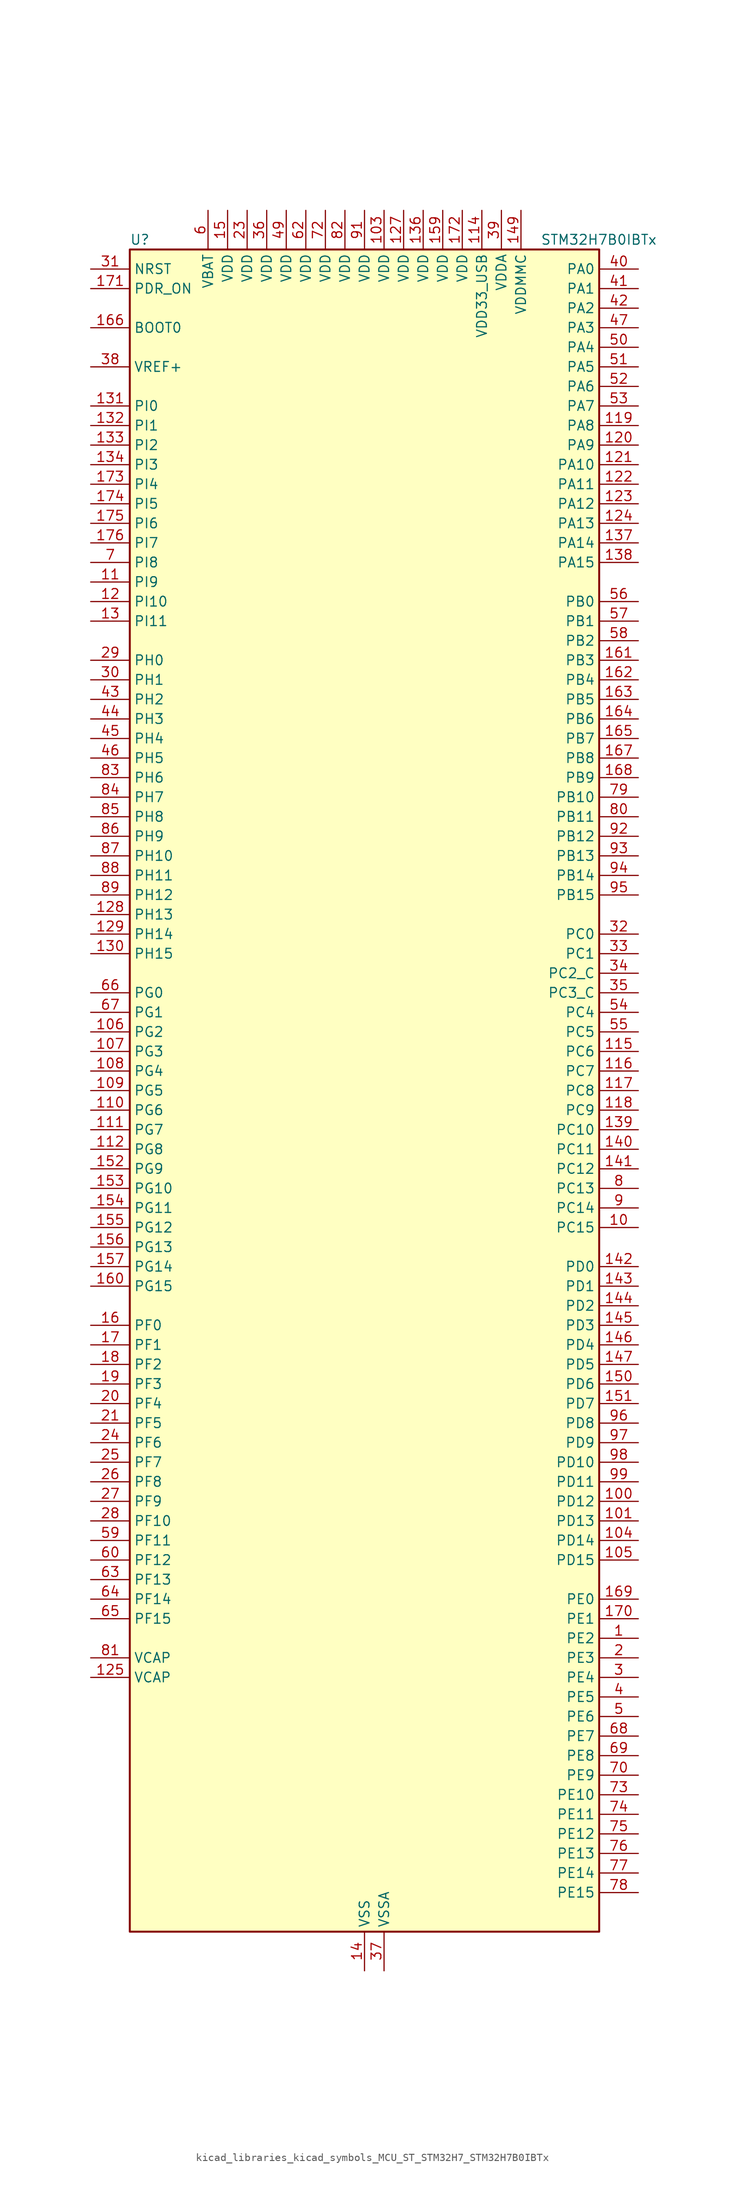
<source format=kicad_sym>
(kicad_symbol_lib
  (version 20220914)
  (generator kicad_symbol_editor)
  (symbol "kicad_libraries_kicad_symbols_MCU_ST_STM32H7_STM32H7B0IBTx"
    (property "Reference" "U"
      (at -30.48 110.49 0)
      (effects (font (size 1.27 1.27)) (justify left)))
    (property "Value" "STM32H7B0IBTx"
      (at 22.86 110.49 0)
      (effects (font (size 1.27 1.27)) (justify left)))
    (property "ki_locked" ""
      (at 0 0 0)
      (effects (font (size 1.27 1.27))))
    (symbol "kicad_libraries_kicad_symbols_MCU_ST_STM32H7_STM32H7B0IBTx_0_1"
      (rectangle (start -30.48 -109.22) (end 30.48 109.22) (stroke (width 0.254) (type default)) (fill (type background))))
    (symbol "kicad_libraries_kicad_symbols_MCU_ST_STM32H7_STM32H7B0IBTx_1_1"
      (pin bidirectional line (at 35.56 -71.12 180) (length 5.08) (name "PE2" (effects (font (size 1.27 1.27)))) (number "1" (effects (font (size 1.27 1.27)))) (alternate "DEBUG_TRACECLK" bidirectional line) (alternate "FMC_A23" bidirectional line) (alternate "OCTOSPIM_P1_IO2" bidirectional line) (alternate "SAI1_CK1" bidirectional line) (alternate "SAI1_MCLK_A" bidirectional line) (alternate "SPI4_SCK" bidirectional line) (alternate "USART10_RX" bidirectional line))
      (pin bidirectional line (at 35.56 -17.78 180) (length 5.08) (name "PC15" (effects (font (size 1.27 1.27)))) (number "10" (effects (font (size 1.27 1.27)))) (alternate "ADC1_EXTI15" bidirectional line) (alternate "ADC2_EXTI15" bidirectional line) (alternate "RCC_OSC32_OUT" bidirectional line))
      (pin bidirectional line (at 35.56 -53.34 180) (length 5.08) (name "PD12" (effects (font (size 1.27 1.27)))) (number "100" (effects (font (size 1.27 1.27)))) (alternate "DCMI_D12" bidirectional line) (alternate "FMC_A17" bidirectional line) (alternate "FMC_ALE" bidirectional line) (alternate "I2C4_SCL" bidirectional line) (alternate "LPTIM1_IN1" bidirectional line) (alternate "LPTIM2_IN1" bidirectional line) (alternate "OCTOSPIM_P1_IO1" bidirectional line) (alternate "PSSI_D12" bidirectional line) (alternate "SAI2_FS_A" bidirectional line) (alternate "TIM4_CH1" bidirectional line) (alternate "USART3_DE" bidirectional line) (alternate "USART3_RTS" bidirectional line))
      (pin bidirectional line (at 35.56 -55.88 180) (length 5.08) (name "PD13" (effects (font (size 1.27 1.27)))) (number "101" (effects (font (size 1.27 1.27)))) (alternate "DCMI_D13" bidirectional line) (alternate "FMC_A18" bidirectional line) (alternate "I2C4_SDA" bidirectional line) (alternate "LPTIM1_OUT" bidirectional line) (alternate "OCTOSPIM_P1_IO3" bidirectional line) (alternate "PSSI_D13" bidirectional line) (alternate "SAI2_SCK_A" bidirectional line) (alternate "TIM4_CH2" bidirectional line) (alternate "UART9_DE" bidirectional line) (alternate "UART9_RTS" bidirectional line))
      (pin passive line (at 0 -114.3 90) (length 5.08) hide (name "VSS" (effects (font (size 1.27 1.27)))) (number "102" (effects (font (size 1.27 1.27)))))
      (pin power_in line (at 2.54 114.3 270) (length 5.08) (name "VDD" (effects (font (size 1.27 1.27)))) (number "103" (effects (font (size 1.27 1.27)))))
      (pin bidirectional line (at 35.56 -58.42 180) (length 5.08) (name "PD14" (effects (font (size 1.27 1.27)))) (number "104" (effects (font (size 1.27 1.27)))) (alternate "FMC_D0" bidirectional line) (alternate "FMC_DA0" bidirectional line) (alternate "TIM4_CH3" bidirectional line) (alternate "UART8_CTS" bidirectional line) (alternate "UART9_RX" bidirectional line))
      (pin bidirectional line (at 35.56 -60.96 180) (length 5.08) (name "PD15" (effects (font (size 1.27 1.27)))) (number "105" (effects (font (size 1.27 1.27)))) (alternate "ADC1_EXTI15" bidirectional line) (alternate "ADC2_EXTI15" bidirectional line) (alternate "FMC_D1" bidirectional line) (alternate "FMC_DA1" bidirectional line) (alternate "TIM4_CH4" bidirectional line) (alternate "UART8_DE" bidirectional line) (alternate "UART8_RTS" bidirectional line) (alternate "UART9_TX" bidirectional line))
      (pin bidirectional line (at -35.56 7.62 0) (length 5.08) (name "PG2" (effects (font (size 1.27 1.27)))) (number "106" (effects (font (size 1.27 1.27)))) (alternate "FMC_A12" bidirectional line) (alternate "TIM8_BKIN" bidirectional line) (alternate "TIM8_BKIN_COMP1" bidirectional line) (alternate "TIM8_BKIN_COMP2" bidirectional line))
      (pin bidirectional line (at -35.56 5.08 0) (length 5.08) (name "PG3" (effects (font (size 1.27 1.27)))) (number "107" (effects (font (size 1.27 1.27)))) (alternate "FMC_A13" bidirectional line) (alternate "TIM8_BKIN2" bidirectional line) (alternate "TIM8_BKIN2_COMP1" bidirectional line) (alternate "TIM8_BKIN2_COMP2" bidirectional line))
      (pin bidirectional line (at -35.56 2.54 0) (length 5.08) (name "PG4" (effects (font (size 1.27 1.27)))) (number "108" (effects (font (size 1.27 1.27)))) (alternate "FMC_A14" bidirectional line) (alternate "FMC_BA0" bidirectional line) (alternate "TIM1_BKIN2" bidirectional line) (alternate "TIM1_BKIN2_COMP1" bidirectional line) (alternate "TIM1_BKIN2_COMP2" bidirectional line))
      (pin bidirectional line (at -35.56 0 0) (length 5.08) (name "PG5" (effects (font (size 1.27 1.27)))) (number "109" (effects (font (size 1.27 1.27)))) (alternate "FMC_A15" bidirectional line) (alternate "FMC_BA1" bidirectional line) (alternate "TIM1_ETR" bidirectional line))
      (pin bidirectional line (at -35.56 66.04 0) (length 5.08) (name "PI9" (effects (font (size 1.27 1.27)))) (number "11" (effects (font (size 1.27 1.27)))) (alternate "DAC1_EXTI9" bidirectional line) (alternate "FDCAN1_RX" bidirectional line) (alternate "FMC_D30" bidirectional line) (alternate "LTDC_VSYNC" bidirectional line) (alternate "OCTOSPIM_P2_IO0" bidirectional line) (alternate "UART4_RX" bidirectional line))
      (pin bidirectional line (at -35.56 -2.54 0) (length 5.08) (name "PG6" (effects (font (size 1.27 1.27)))) (number "110" (effects (font (size 1.27 1.27)))) (alternate "DCMI_D12" bidirectional line) (alternate "FMC_NE3" bidirectional line) (alternate "LTDC_R7" bidirectional line) (alternate "OCTOSPIM_P1_NCS" bidirectional line) (alternate "PSSI_D12" bidirectional line) (alternate "TIM17_BKIN" bidirectional line))
      (pin bidirectional line (at -35.56 -5.08 0) (length 5.08) (name "PG7" (effects (font (size 1.27 1.27)))) (number "111" (effects (font (size 1.27 1.27)))) (alternate "DCMI_D13" bidirectional line) (alternate "FMC_INT" bidirectional line) (alternate "LTDC_CLK" bidirectional line) (alternate "OCTOSPIM_P2_DQS" bidirectional line) (alternate "PSSI_D13" bidirectional line) (alternate "SAI1_MCLK_A" bidirectional line) (alternate "USART6_CK" bidirectional line))
      (pin bidirectional line (at -35.56 -7.62 0) (length 5.08) (name "PG8" (effects (font (size 1.27 1.27)))) (number "112" (effects (font (size 1.27 1.27)))) (alternate "FMC_SDCLK" bidirectional line) (alternate "I2S6_WS" bidirectional line) (alternate "LTDC_G7" bidirectional line) (alternate "SPDIFRX_IN2" bidirectional line) (alternate "SPI6_NSS" bidirectional line) (alternate "TIM8_ETR" bidirectional line) (alternate "USART6_DE" bidirectional line) (alternate "USART6_RTS" bidirectional line))
      (pin passive line (at 0 -114.3 90) (length 5.08) hide (name "VSS" (effects (font (size 1.27 1.27)))) (number "113" (effects (font (size 1.27 1.27)))))
      (pin power_in line (at 15.24 114.3 270) (length 5.08) (name "VDD33_USB" (effects (font (size 1.27 1.27)))) (number "114" (effects (font (size 1.27 1.27)))))
      (pin bidirectional line (at 35.56 5.08 180) (length 5.08) (name "PC6" (effects (font (size 1.27 1.27)))) (number "115" (effects (font (size 1.27 1.27)))) (alternate "DCMI_D0" bidirectional line) (alternate "DFSDM1_CKIN3" bidirectional line) (alternate "FMC_NWAIT" bidirectional line) (alternate "I2S2_MCK" bidirectional line) (alternate "LTDC_HSYNC" bidirectional line) (alternate "PSSI_D0" bidirectional line) (alternate "SDMMC1_D0DIR" bidirectional line) (alternate "SDMMC1_D6" bidirectional line) (alternate "SDMMC2_D6" bidirectional line) (alternate "SWPMI1_IO" bidirectional line) (alternate "TIM3_CH1" bidirectional line) (alternate "TIM8_CH1" bidirectional line) (alternate "USART6_TX" bidirectional line))
      (pin bidirectional line (at 35.56 2.54 180) (length 5.08) (name "PC7" (effects (font (size 1.27 1.27)))) (number "116" (effects (font (size 1.27 1.27)))) (alternate "DCMI_D1" bidirectional line) (alternate "DEBUG_TRGIO" bidirectional line) (alternate "DFSDM1_DATIN3" bidirectional line) (alternate "FMC_NE1" bidirectional line) (alternate "I2S3_MCK" bidirectional line) (alternate "LTDC_G6" bidirectional line) (alternate "PSSI_D1" bidirectional line) (alternate "SDMMC1_D123DIR" bidirectional line) (alternate "SDMMC1_D7" bidirectional line) (alternate "SDMMC2_D7" bidirectional line) (alternate "SWPMI1_TX" bidirectional line) (alternate "TIM3_CH2" bidirectional line) (alternate "TIM8_CH2" bidirectional line) (alternate "USART6_RX" bidirectional line))
      (pin bidirectional line (at 35.56 0 180) (length 5.08) (name "PC8" (effects (font (size 1.27 1.27)))) (number "117" (effects (font (size 1.27 1.27)))) (alternate "DCMI_D2" bidirectional line) (alternate "DEBUG_TRACED1" bidirectional line) (alternate "FMC_INT" bidirectional line) (alternate "FMC_NCE" bidirectional line) (alternate "FMC_NE2" bidirectional line) (alternate "PSSI_D2" bidirectional line) (alternate "SDMMC1_D0" bidirectional line) (alternate "SWPMI1_RX" bidirectional line) (alternate "TIM3_CH3" bidirectional line) (alternate "TIM8_CH3" bidirectional line) (alternate "UART5_DE" bidirectional line) (alternate "UART5_RTS" bidirectional line) (alternate "USART6_CK" bidirectional line))
      (pin bidirectional line (at 35.56 -2.54 180) (length 5.08) (name "PC9" (effects (font (size 1.27 1.27)))) (number "118" (effects (font (size 1.27 1.27)))) (alternate "DAC1_EXTI9" bidirectional line) (alternate "DCMI_D3" bidirectional line) (alternate "I2C3_SDA" bidirectional line) (alternate "I2S_CKIN" bidirectional line) (alternate "LTDC_B2" bidirectional line) (alternate "LTDC_G3" bidirectional line) (alternate "OCTOSPIM_P1_IO0" bidirectional line) (alternate "PSSI_D3" bidirectional line) (alternate "RCC_MCO_2" bidirectional line) (alternate "SDMMC1_D1" bidirectional line) (alternate "SWPMI1_SUSPEND" bidirectional line) (alternate "TIM3_CH4" bidirectional line) (alternate "TIM8_CH4" bidirectional line) (alternate "UART5_CTS" bidirectional line))
      (pin bidirectional line (at 35.56 86.36 180) (length 5.08) (name "PA8" (effects (font (size 1.27 1.27)))) (number "119" (effects (font (size 1.27 1.27)))) (alternate "I2C3_SCL" bidirectional line) (alternate "LTDC_B3" bidirectional line) (alternate "LTDC_R6" bidirectional line) (alternate "RCC_MCO_1" bidirectional line) (alternate "TIM1_CH1" bidirectional line) (alternate "TIM8_BKIN2" bidirectional line) (alternate "TIM8_BKIN2_COMP1" bidirectional line) (alternate "TIM8_BKIN2_COMP2" bidirectional line) (alternate "UART7_RX" bidirectional line) (alternate "USART1_CK" bidirectional line) (alternate "USB_OTG_HS_SOF" bidirectional line))
      (pin bidirectional line (at -35.56 63.5 0) (length 5.08) (name "PI10" (effects (font (size 1.27 1.27)))) (number "12" (effects (font (size 1.27 1.27)))) (alternate "FMC_D31" bidirectional line) (alternate "LTDC_HSYNC" bidirectional line) (alternate "OCTOSPIM_P2_IO1" bidirectional line) (alternate "PSSI_D14" bidirectional line))
      (pin bidirectional line (at 35.56 83.82 180) (length 5.08) (name "PA9" (effects (font (size 1.27 1.27)))) (number "120" (effects (font (size 1.27 1.27)))) (alternate "DAC1_EXTI9" bidirectional line) (alternate "DCMI_D0" bidirectional line) (alternate "I2C3_SMBA" bidirectional line) (alternate "I2S2_CK" bidirectional line) (alternate "LPUART1_TX" bidirectional line) (alternate "LTDC_R5" bidirectional line) (alternate "PSSI_D0" bidirectional line) (alternate "SPI2_SCK" bidirectional line) (alternate "TIM1_CH2" bidirectional line) (alternate "USART1_TX" bidirectional line) (alternate "USB_OTG_HS_VBUS" bidirectional line))
      (pin bidirectional line (at 35.56 81.28 180) (length 5.08) (name "PA10" (effects (font (size 1.27 1.27)))) (number "121" (effects (font (size 1.27 1.27)))) (alternate "DCMI_D1" bidirectional line) (alternate "LPUART1_RX" bidirectional line) (alternate "LTDC_B1" bidirectional line) (alternate "LTDC_B4" bidirectional line) (alternate "MDIOS_MDIO" bidirectional line) (alternate "PSSI_D1" bidirectional line) (alternate "TIM1_CH3" bidirectional line) (alternate "USART1_RX" bidirectional line) (alternate "USB_OTG_HS_ID" bidirectional line))
      (pin bidirectional line (at 35.56 78.74 180) (length 5.08) (name "PA11" (effects (font (size 1.27 1.27)))) (number "122" (effects (font (size 1.27 1.27)))) (alternate "ADC1_EXTI11" bidirectional line) (alternate "ADC2_EXTI11" bidirectional line) (alternate "FDCAN1_RX" bidirectional line) (alternate "I2S2_WS" bidirectional line) (alternate "LPUART1_CTS" bidirectional line) (alternate "LTDC_R4" bidirectional line) (alternate "SPI2_NSS" bidirectional line) (alternate "TIM1_CH4" bidirectional line) (alternate "UART4_RX" bidirectional line) (alternate "USART1_CTS" bidirectional line) (alternate "USART1_NSS" bidirectional line) (alternate "USB_OTG_HS_DM" bidirectional line))
      (pin bidirectional line (at 35.56 76.2 180) (length 5.08) (name "PA12" (effects (font (size 1.27 1.27)))) (number "123" (effects (font (size 1.27 1.27)))) (alternate "FDCAN1_TX" bidirectional line) (alternate "I2S2_CK" bidirectional line) (alternate "LPUART1_DE" bidirectional line) (alternate "LPUART1_RTS" bidirectional line) (alternate "LTDC_R5" bidirectional line) (alternate "SAI2_FS_B" bidirectional line) (alternate "SPI2_SCK" bidirectional line) (alternate "TIM1_ETR" bidirectional line) (alternate "UART4_TX" bidirectional line) (alternate "USART1_DE" bidirectional line) (alternate "USART1_RTS" bidirectional line) (alternate "USB_OTG_HS_DP" bidirectional line))
      (pin bidirectional line (at 35.56 73.66 180) (length 5.08) (name "PA13" (effects (font (size 1.27 1.27)))) (number "124" (effects (font (size 1.27 1.27)))) (alternate "DEBUG_JTMS-SWDIO" bidirectional line))
      (pin power_out line (at -35.56 -76.2 0) (length 5.08) (name "VCAP" (effects (font (size 1.27 1.27)))) (number "125" (effects (font (size 1.27 1.27)))))
      (pin passive line (at 0 -114.3 90) (length 5.08) hide (name "VSS" (effects (font (size 1.27 1.27)))) (number "126" (effects (font (size 1.27 1.27)))))
      (pin power_in line (at 5.08 114.3 270) (length 5.08) (name "VDD" (effects (font (size 1.27 1.27)))) (number "127" (effects (font (size 1.27 1.27)))))
      (pin bidirectional line (at -35.56 22.86 0) (length 5.08) (name "PH13" (effects (font (size 1.27 1.27)))) (number "128" (effects (font (size 1.27 1.27)))) (alternate "FDCAN1_TX" bidirectional line) (alternate "FMC_D21" bidirectional line) (alternate "LTDC_G2" bidirectional line) (alternate "TIM8_CH1N" bidirectional line) (alternate "UART4_TX" bidirectional line))
      (pin bidirectional line (at -35.56 20.32 0) (length 5.08) (name "PH14" (effects (font (size 1.27 1.27)))) (number "129" (effects (font (size 1.27 1.27)))) (alternate "DCMI_D4" bidirectional line) (alternate "FDCAN1_RX" bidirectional line) (alternate "FMC_D22" bidirectional line) (alternate "LTDC_G3" bidirectional line) (alternate "PSSI_D4" bidirectional line) (alternate "TIM8_CH2N" bidirectional line) (alternate "UART4_RX" bidirectional line))
      (pin bidirectional line (at -35.56 60.96 0) (length 5.08) (name "PI11" (effects (font (size 1.27 1.27)))) (number "13" (effects (font (size 1.27 1.27)))) (alternate "ADC1_EXTI11" bidirectional line) (alternate "ADC2_EXTI11" bidirectional line) (alternate "LTDC_G6" bidirectional line) (alternate "OCTOSPIM_P2_IO2" bidirectional line) (alternate "PSSI_D15" bidirectional line) (alternate "PWR_WKUP5" bidirectional line) (alternate "USB_OTG_HS_ULPI_DIR" bidirectional line))
      (pin bidirectional line (at -35.56 17.78 0) (length 5.08) (name "PH15" (effects (font (size 1.27 1.27)))) (number "130" (effects (font (size 1.27 1.27)))) (alternate "ADC1_EXTI15" bidirectional line) (alternate "ADC2_EXTI15" bidirectional line) (alternate "DCMI_D11" bidirectional line) (alternate "FMC_D23" bidirectional line) (alternate "LTDC_G4" bidirectional line) (alternate "PSSI_D11" bidirectional line) (alternate "TIM8_CH3N" bidirectional line))
      (pin bidirectional line (at -35.56 88.9 0) (length 5.08) (name "PI0" (effects (font (size 1.27 1.27)))) (number "131" (effects (font (size 1.27 1.27)))) (alternate "DCMI_D13" bidirectional line) (alternate "FMC_D24" bidirectional line) (alternate "I2S2_WS" bidirectional line) (alternate "LTDC_G5" bidirectional line) (alternate "PSSI_D13" bidirectional line) (alternate "SPI2_NSS" bidirectional line) (alternate "TIM5_CH4" bidirectional line))
      (pin bidirectional line (at -35.56 86.36 0) (length 5.08) (name "PI1" (effects (font (size 1.27 1.27)))) (number "132" (effects (font (size 1.27 1.27)))) (alternate "DCMI_D8" bidirectional line) (alternate "FMC_D25" bidirectional line) (alternate "I2S2_CK" bidirectional line) (alternate "LTDC_G6" bidirectional line) (alternate "PSSI_D8" bidirectional line) (alternate "SPI2_SCK" bidirectional line) (alternate "TIM8_BKIN2" bidirectional line) (alternate "TIM8_BKIN2_COMP1" bidirectional line) (alternate "TIM8_BKIN2_COMP2" bidirectional line))
      (pin bidirectional line (at -35.56 83.82 0) (length 5.08) (name "PI2" (effects (font (size 1.27 1.27)))) (number "133" (effects (font (size 1.27 1.27)))) (alternate "DCMI_D9" bidirectional line) (alternate "FMC_D26" bidirectional line) (alternate "I2S2_SDI" bidirectional line) (alternate "LTDC_G7" bidirectional line) (alternate "PSSI_D9" bidirectional line) (alternate "SPI2_MISO" bidirectional line) (alternate "TIM8_CH4" bidirectional line))
      (pin bidirectional line (at -35.56 81.28 0) (length 5.08) (name "PI3" (effects (font (size 1.27 1.27)))) (number "134" (effects (font (size 1.27 1.27)))) (alternate "DCMI_D10" bidirectional line) (alternate "FMC_D27" bidirectional line) (alternate "I2S2_SDO" bidirectional line) (alternate "PSSI_D10" bidirectional line) (alternate "SPI2_MOSI" bidirectional line) (alternate "TIM8_ETR" bidirectional line))
      (pin passive line (at 0 -114.3 90) (length 5.08) hide (name "VSS" (effects (font (size 1.27 1.27)))) (number "135" (effects (font (size 1.27 1.27)))))
      (pin power_in line (at 7.62 114.3 270) (length 5.08) (name "VDD" (effects (font (size 1.27 1.27)))) (number "136" (effects (font (size 1.27 1.27)))))
      (pin bidirectional line (at 35.56 71.12 180) (length 5.08) (name "PA14" (effects (font (size 1.27 1.27)))) (number "137" (effects (font (size 1.27 1.27)))) (alternate "DEBUG_JTCK-SWCLK" bidirectional line))
      (pin bidirectional line (at 35.56 68.58 180) (length 5.08) (name "PA15" (effects (font (size 1.27 1.27)))) (number "138" (effects (font (size 1.27 1.27)))) (alternate "ADC1_EXTI15" bidirectional line) (alternate "ADC2_EXTI15" bidirectional line) (alternate "CEC" bidirectional line) (alternate "DEBUG_JTDI" bidirectional line) (alternate "I2S1_WS" bidirectional line) (alternate "I2S3_WS" bidirectional line) (alternate "I2S6_WS" bidirectional line) (alternate "LTDC_B6" bidirectional line) (alternate "LTDC_R3" bidirectional line) (alternate "SPI1_NSS" bidirectional line) (alternate "SPI3_NSS" bidirectional line) (alternate "SPI6_NSS" bidirectional line) (alternate "TIM2_CH1" bidirectional line) (alternate "TIM2_ETR" bidirectional line) (alternate "UART4_DE" bidirectional line) (alternate "UART4_RTS" bidirectional line) (alternate "UART7_TX" bidirectional line))
      (pin bidirectional line (at 35.56 -5.08 180) (length 5.08) (name "PC10" (effects (font (size 1.27 1.27)))) (number "139" (effects (font (size 1.27 1.27)))) (alternate "DCMI_D8" bidirectional line) (alternate "DFSDM1_CKIN5" bidirectional line) (alternate "DFSDM2_CKIN0" bidirectional line) (alternate "I2S3_CK" bidirectional line) (alternate "LTDC_B1" bidirectional line) (alternate "LTDC_R2" bidirectional line) (alternate "OCTOSPIM_P1_IO1" bidirectional line) (alternate "PSSI_D8" bidirectional line) (alternate "SDMMC1_D2" bidirectional line) (alternate "SPI3_SCK" bidirectional line) (alternate "SWPMI1_RX" bidirectional line) (alternate "UART4_TX" bidirectional line) (alternate "USART3_TX" bidirectional line))
      (pin power_in line (at 0 -114.3 90) (length 5.08) (name "VSS" (effects (font (size 1.27 1.27)))) (number "14" (effects (font (size 1.27 1.27)))))
      (pin bidirectional line (at 35.56 -7.62 180) (length 5.08) (name "PC11" (effects (font (size 1.27 1.27)))) (number "140" (effects (font (size 1.27 1.27)))) (alternate "ADC1_EXTI11" bidirectional line) (alternate "ADC2_EXTI11" bidirectional line) (alternate "DCMI_D4" bidirectional line) (alternate "DFSDM1_DATIN5" bidirectional line) (alternate "DFSDM2_DATIN0" bidirectional line) (alternate "I2S3_SDI" bidirectional line) (alternate "LTDC_B4" bidirectional line) (alternate "OCTOSPIM_P1_NCS" bidirectional line) (alternate "PSSI_D4" bidirectional line) (alternate "SDMMC1_D3" bidirectional line) (alternate "SPI3_MISO" bidirectional line) (alternate "UART4_RX" bidirectional line) (alternate "USART3_RX" bidirectional line))
      (pin bidirectional line (at 35.56 -10.16 180) (length 5.08) (name "PC12" (effects (font (size 1.27 1.27)))) (number "141" (effects (font (size 1.27 1.27)))) (alternate "DCMI_D9" bidirectional line) (alternate "DEBUG_TRACED3" bidirectional line) (alternate "DFSDM2_CKOUT" bidirectional line) (alternate "I2S3_SDO" bidirectional line) (alternate "I2S6_CK" bidirectional line) (alternate "LTDC_R6" bidirectional line) (alternate "PSSI_D9" bidirectional line) (alternate "SDMMC1_CK" bidirectional line) (alternate "SPI3_MOSI" bidirectional line) (alternate "SPI6_SCK" bidirectional line) (alternate "TIM15_CH1" bidirectional line) (alternate "UART5_TX" bidirectional line) (alternate "USART3_CK" bidirectional line))
      (pin bidirectional line (at 35.56 -22.86 180) (length 5.08) (name "PD0" (effects (font (size 1.27 1.27)))) (number "142" (effects (font (size 1.27 1.27)))) (alternate "DFSDM1_CKIN6" bidirectional line) (alternate "FDCAN1_RX" bidirectional line) (alternate "FMC_D2" bidirectional line) (alternate "FMC_DA2" bidirectional line) (alternate "LTDC_B1" bidirectional line) (alternate "UART4_RX" bidirectional line) (alternate "UART9_CTS" bidirectional line))
      (pin bidirectional line (at 35.56 -25.4 180) (length 5.08) (name "PD1" (effects (font (size 1.27 1.27)))) (number "143" (effects (font (size 1.27 1.27)))) (alternate "DFSDM1_DATIN6" bidirectional line) (alternate "FDCAN1_TX" bidirectional line) (alternate "FMC_D3" bidirectional line) (alternate "FMC_DA3" bidirectional line) (alternate "UART4_TX" bidirectional line))
      (pin bidirectional line (at 35.56 -27.94 180) (length 5.08) (name "PD2" (effects (font (size 1.27 1.27)))) (number "144" (effects (font (size 1.27 1.27)))) (alternate "DCMI_D11" bidirectional line) (alternate "DEBUG_TRACED2" bidirectional line) (alternate "LTDC_B2" bidirectional line) (alternate "LTDC_B7" bidirectional line) (alternate "PSSI_D11" bidirectional line) (alternate "SDMMC1_CMD" bidirectional line) (alternate "TIM15_BKIN" bidirectional line) (alternate "TIM3_ETR" bidirectional line) (alternate "UART5_RX" bidirectional line))
      (pin bidirectional line (at 35.56 -30.48 180) (length 5.08) (name "PD3" (effects (font (size 1.27 1.27)))) (number "145" (effects (font (size 1.27 1.27)))) (alternate "DCMI_D5" bidirectional line) (alternate "DFSDM1_CKOUT" bidirectional line) (alternate "FMC_CLK" bidirectional line) (alternate "I2S2_CK" bidirectional line) (alternate "LTDC_G7" bidirectional line) (alternate "PSSI_D5" bidirectional line) (alternate "SPI2_SCK" bidirectional line) (alternate "USART2_CTS" bidirectional line) (alternate "USART2_NSS" bidirectional line))
      (pin bidirectional line (at 35.56 -33.02 180) (length 5.08) (name "PD4" (effects (font (size 1.27 1.27)))) (number "146" (effects (font (size 1.27 1.27)))) (alternate "FMC_NOE" bidirectional line) (alternate "OCTOSPIM_P1_IO4" bidirectional line) (alternate "USART2_DE" bidirectional line) (alternate "USART2_RTS" bidirectional line))
      (pin bidirectional line (at 35.56 -35.56 180) (length 5.08) (name "PD5" (effects (font (size 1.27 1.27)))) (number "147" (effects (font (size 1.27 1.27)))) (alternate "FMC_NWE" bidirectional line) (alternate "OCTOSPIM_P1_IO5" bidirectional line) (alternate "USART2_TX" bidirectional line))
      (pin passive line (at 0 -114.3 90) (length 5.08) hide (name "VSS" (effects (font (size 1.27 1.27)))) (number "148" (effects (font (size 1.27 1.27)))))
      (pin power_in line (at 20.32 114.3 270) (length 5.08) (name "VDDMMC" (effects (font (size 1.27 1.27)))) (number "149" (effects (font (size 1.27 1.27)))))
      (pin power_in line (at -17.78 114.3 270) (length 5.08) (name "VDD" (effects (font (size 1.27 1.27)))) (number "15" (effects (font (size 1.27 1.27)))))
      (pin bidirectional line (at 35.56 -38.1 180) (length 5.08) (name "PD6" (effects (font (size 1.27 1.27)))) (number "150" (effects (font (size 1.27 1.27)))) (alternate "DCMI_D10" bidirectional line) (alternate "DFSDM1_CKIN4" bidirectional line) (alternate "DFSDM1_DATIN1" bidirectional line) (alternate "FMC_NWAIT" bidirectional line) (alternate "I2S3_SDO" bidirectional line) (alternate "LTDC_B2" bidirectional line) (alternate "OCTOSPIM_P1_IO6" bidirectional line) (alternate "PSSI_D10" bidirectional line) (alternate "SAI1_D1" bidirectional line) (alternate "SAI1_SD_A" bidirectional line) (alternate "SDMMC2_CK" bidirectional line) (alternate "SPI3_MOSI" bidirectional line) (alternate "USART2_RX" bidirectional line))
      (pin bidirectional line (at 35.56 -40.64 180) (length 5.08) (name "PD7" (effects (font (size 1.27 1.27)))) (number "151" (effects (font (size 1.27 1.27)))) (alternate "DFSDM1_CKIN1" bidirectional line) (alternate "DFSDM1_DATIN4" bidirectional line) (alternate "FMC_NE1" bidirectional line) (alternate "I2S1_SDO" bidirectional line) (alternate "OCTOSPIM_P1_IO7" bidirectional line) (alternate "SDMMC2_CMD" bidirectional line) (alternate "SPDIFRX_IN0" bidirectional line) (alternate "SPI1_MOSI" bidirectional line) (alternate "USART2_CK" bidirectional line))
      (pin bidirectional line (at -35.56 -10.16 0) (length 5.08) (name "PG9" (effects (font (size 1.27 1.27)))) (number "152" (effects (font (size 1.27 1.27)))) (alternate "DAC1_EXTI9" bidirectional line) (alternate "DCMI_VSYNC" bidirectional line) (alternate "FMC_NCE" bidirectional line) (alternate "FMC_NE2" bidirectional line) (alternate "I2S1_SDI" bidirectional line) (alternate "OCTOSPIM_P1_IO6" bidirectional line) (alternate "PSSI_RDY" bidirectional line) (alternate "SAI2_FS_B" bidirectional line) (alternate "SDMMC2_D0" bidirectional line) (alternate "SPDIFRX_IN3" bidirectional line) (alternate "SPI1_MISO" bidirectional line) (alternate "USART6_RX" bidirectional line))
      (pin bidirectional line (at -35.56 -12.7 0) (length 5.08) (name "PG10" (effects (font (size 1.27 1.27)))) (number "153" (effects (font (size 1.27 1.27)))) (alternate "DCMI_D2" bidirectional line) (alternate "FMC_NE3" bidirectional line) (alternate "I2S1_WS" bidirectional line) (alternate "LTDC_B2" bidirectional line) (alternate "LTDC_G3" bidirectional line) (alternate "OCTOSPIM_P2_IO6" bidirectional line) (alternate "PSSI_D2" bidirectional line) (alternate "SAI2_SD_B" bidirectional line) (alternate "SDMMC2_D1" bidirectional line) (alternate "SPI1_NSS" bidirectional line))
      (pin bidirectional line (at -35.56 -15.24 0) (length 5.08) (name "PG11" (effects (font (size 1.27 1.27)))) (number "154" (effects (font (size 1.27 1.27)))) (alternate "ADC1_EXTI11" bidirectional line) (alternate "ADC2_EXTI11" bidirectional line) (alternate "DCMI_D3" bidirectional line) (alternate "I2S1_CK" bidirectional line) (alternate "LPTIM1_IN2" bidirectional line) (alternate "LTDC_B3" bidirectional line) (alternate "OCTOSPIM_P2_IO7" bidirectional line) (alternate "PSSI_D3" bidirectional line) (alternate "SDMMC2_D2" bidirectional line) (alternate "SPDIFRX_IN0" bidirectional line) (alternate "SPI1_SCK" bidirectional line) (alternate "USART10_RX" bidirectional line))
      (pin bidirectional line (at -35.56 -17.78 0) (length 5.08) (name "PG12" (effects (font (size 1.27 1.27)))) (number "155" (effects (font (size 1.27 1.27)))) (alternate "FMC_NE4" bidirectional line) (alternate "I2S6_SDI" bidirectional line) (alternate "LPTIM1_IN1" bidirectional line) (alternate "LTDC_B1" bidirectional line) (alternate "LTDC_B4" bidirectional line) (alternate "OCTOSPIM_P2_NCS" bidirectional line) (alternate "SDMMC2_D3" bidirectional line) (alternate "SPDIFRX_IN1" bidirectional line) (alternate "SPI6_MISO" bidirectional line) (alternate "USART10_TX" bidirectional line) (alternate "USART6_DE" bidirectional line) (alternate "USART6_RTS" bidirectional line))
      (pin bidirectional line (at -35.56 -20.32 0) (length 5.08) (name "PG13" (effects (font (size 1.27 1.27)))) (number "156" (effects (font (size 1.27 1.27)))) (alternate "DEBUG_TRACED0" bidirectional line) (alternate "FMC_A24" bidirectional line) (alternate "I2S6_CK" bidirectional line) (alternate "LPTIM1_OUT" bidirectional line) (alternate "LTDC_R0" bidirectional line) (alternate "SDMMC2_D6" bidirectional line) (alternate "SPI6_SCK" bidirectional line) (alternate "USART10_CTS" bidirectional line) (alternate "USART10_NSS" bidirectional line) (alternate "USART6_CTS" bidirectional line) (alternate "USART6_NSS" bidirectional line))
      (pin bidirectional line (at -35.56 -22.86 0) (length 5.08) (name "PG14" (effects (font (size 1.27 1.27)))) (number "157" (effects (font (size 1.27 1.27)))) (alternate "DEBUG_TRACED1" bidirectional line) (alternate "FMC_A25" bidirectional line) (alternate "I2S6_SDO" bidirectional line) (alternate "LPTIM1_ETR" bidirectional line) (alternate "LTDC_B0" bidirectional line) (alternate "OCTOSPIM_P1_IO7" bidirectional line) (alternate "SDMMC2_D7" bidirectional line) (alternate "SPI6_MOSI" bidirectional line) (alternate "USART10_DE" bidirectional line) (alternate "USART10_RTS" bidirectional line) (alternate "USART6_TX" bidirectional line))
      (pin passive line (at 0 -114.3 90) (length 5.08) hide (name "VSS" (effects (font (size 1.27 1.27)))) (number "158" (effects (font (size 1.27 1.27)))))
      (pin power_in line (at 10.16 114.3 270) (length 5.08) (name "VDD" (effects (font (size 1.27 1.27)))) (number "159" (effects (font (size 1.27 1.27)))))
      (pin bidirectional line (at -35.56 -30.48 0) (length 5.08) (name "PF0" (effects (font (size 1.27 1.27)))) (number "16" (effects (font (size 1.27 1.27)))) (alternate "FMC_A0" bidirectional line) (alternate "I2C2_SDA" bidirectional line) (alternate "OCTOSPIM_P2_IO0" bidirectional line))
      (pin bidirectional line (at -35.56 -25.4 0) (length 5.08) (name "PG15" (effects (font (size 1.27 1.27)))) (number "160" (effects (font (size 1.27 1.27)))) (alternate "ADC1_EXTI15" bidirectional line) (alternate "ADC2_EXTI15" bidirectional line) (alternate "DCMI_D13" bidirectional line) (alternate "FMC_SDNCAS" bidirectional line) (alternate "OCTOSPIM_P2_DQS" bidirectional line) (alternate "PSSI_D13" bidirectional line) (alternate "USART10_CK" bidirectional line) (alternate "USART6_CTS" bidirectional line) (alternate "USART6_NSS" bidirectional line))
      (pin bidirectional line (at 35.56 55.88 180) (length 5.08) (name "PB3" (effects (font (size 1.27 1.27)))) (number "161" (effects (font (size 1.27 1.27)))) (alternate "CRS_SYNC" bidirectional line) (alternate "DEBUG_JTDO-SWO" bidirectional line) (alternate "I2S1_CK" bidirectional line) (alternate "I2S3_CK" bidirectional line) (alternate "I2S6_CK" bidirectional line) (alternate "SDMMC2_D2" bidirectional line) (alternate "SPI1_SCK" bidirectional line) (alternate "SPI3_SCK" bidirectional line) (alternate "SPI6_SCK" bidirectional line) (alternate "TIM2_CH2" bidirectional line) (alternate "UART7_RX" bidirectional line))
      (pin bidirectional line (at 35.56 53.34 180) (length 5.08) (name "PB4" (effects (font (size 1.27 1.27)))) (number "162" (effects (font (size 1.27 1.27)))) (alternate "DEBUG_JTRST" bidirectional line) (alternate "I2S1_SDI" bidirectional line) (alternate "I2S2_WS" bidirectional line) (alternate "I2S3_SDI" bidirectional line) (alternate "I2S6_SDI" bidirectional line) (alternate "SDMMC2_D3" bidirectional line) (alternate "SPI1_MISO" bidirectional line) (alternate "SPI2_NSS" bidirectional line) (alternate "SPI3_MISO" bidirectional line) (alternate "SPI6_MISO" bidirectional line) (alternate "TIM16_BKIN" bidirectional line) (alternate "TIM3_CH1" bidirectional line) (alternate "UART7_TX" bidirectional line))
      (pin bidirectional line (at 35.56 50.8 180) (length 5.08) (name "PB5" (effects (font (size 1.27 1.27)))) (number "163" (effects (font (size 1.27 1.27)))) (alternate "DCMI_D10" bidirectional line) (alternate "FDCAN2_RX" bidirectional line) (alternate "FMC_SDCKE1" bidirectional line) (alternate "I2C1_SMBA" bidirectional line) (alternate "I2C4_SMBA" bidirectional line) (alternate "I2S1_SDO" bidirectional line) (alternate "I2S3_SDO" bidirectional line) (alternate "I2S6_SDO" bidirectional line) (alternate "LTDC_B5" bidirectional line) (alternate "PSSI_D10" bidirectional line) (alternate "SPI1_MOSI" bidirectional line) (alternate "SPI3_MOSI" bidirectional line) (alternate "SPI6_MOSI" bidirectional line) (alternate "TIM17_BKIN" bidirectional line) (alternate "TIM3_CH2" bidirectional line) (alternate "UART5_RX" bidirectional line) (alternate "USB_OTG_HS_ULPI_D7" bidirectional line))
      (pin bidirectional line (at 35.56 48.26 180) (length 5.08) (name "PB6" (effects (font (size 1.27 1.27)))) (number "164" (effects (font (size 1.27 1.27)))) (alternate "CEC" bidirectional line) (alternate "DCMI_D5" bidirectional line) (alternate "DFSDM1_DATIN5" bidirectional line) (alternate "FDCAN2_TX" bidirectional line) (alternate "FMC_SDNE1" bidirectional line) (alternate "I2C1_SCL" bidirectional line) (alternate "I2C4_SCL" bidirectional line) (alternate "LPUART1_TX" bidirectional line) (alternate "OCTOSPIM_P1_NCS" bidirectional line) (alternate "PSSI_D5" bidirectional line) (alternate "TIM16_CH1N" bidirectional line) (alternate "TIM4_CH1" bidirectional line) (alternate "UART5_TX" bidirectional line) (alternate "USART1_TX" bidirectional line))
      (pin bidirectional line (at 35.56 45.72 180) (length 5.08) (name "PB7" (effects (font (size 1.27 1.27)))) (number "165" (effects (font (size 1.27 1.27)))) (alternate "DCMI_VSYNC" bidirectional line) (alternate "DFSDM1_CKIN5" bidirectional line) (alternate "FMC_NL" bidirectional line) (alternate "I2C1_SDA" bidirectional line) (alternate "I2C4_SDA" bidirectional line) (alternate "LPUART1_RX" bidirectional line) (alternate "PSSI_RDY" bidirectional line) (alternate "PWR_PVD_IN" bidirectional line) (alternate "TIM17_CH1N" bidirectional line) (alternate "TIM4_CH2" bidirectional line) (alternate "USART1_RX" bidirectional line))
      (pin input line (at -35.56 99.06 0) (length 5.08) (name "BOOT0" (effects (font (size 1.27 1.27)))) (number "166" (effects (font (size 1.27 1.27)))))
      (pin bidirectional line (at 35.56 43.18 180) (length 5.08) (name "PB8" (effects (font (size 1.27 1.27)))) (number "167" (effects (font (size 1.27 1.27)))) (alternate "DCMI_D6" bidirectional line) (alternate "DFSDM1_CKIN7" bidirectional line) (alternate "FDCAN1_RX" bidirectional line) (alternate "I2C1_SCL" bidirectional line) (alternate "I2C4_SCL" bidirectional line) (alternate "LTDC_B6" bidirectional line) (alternate "PSSI_D6" bidirectional line) (alternate "SDMMC1_CKIN" bidirectional line) (alternate "SDMMC1_D4" bidirectional line) (alternate "SDMMC2_D4" bidirectional line) (alternate "TIM16_CH1" bidirectional line) (alternate "TIM4_CH3" bidirectional line) (alternate "UART4_RX" bidirectional line))
      (pin bidirectional line (at 35.56 40.64 180) (length 5.08) (name "PB9" (effects (font (size 1.27 1.27)))) (number "168" (effects (font (size 1.27 1.27)))) (alternate "DAC1_EXTI9" bidirectional line) (alternate "DCMI_D7" bidirectional line) (alternate "DFSDM1_DATIN7" bidirectional line) (alternate "FDCAN1_TX" bidirectional line) (alternate "I2C1_SDA" bidirectional line) (alternate "I2C4_SDA" bidirectional line) (alternate "I2C4_SMBA" bidirectional line) (alternate "I2S2_WS" bidirectional line) (alternate "LTDC_B7" bidirectional line) (alternate "PSSI_D7" bidirectional line) (alternate "SDMMC1_CDIR" bidirectional line) (alternate "SDMMC1_D5" bidirectional line) (alternate "SDMMC2_D5" bidirectional line) (alternate "SPI2_NSS" bidirectional line) (alternate "TIM17_CH1" bidirectional line) (alternate "TIM4_CH4" bidirectional line) (alternate "UART4_TX" bidirectional line))
      (pin bidirectional line (at 35.56 -66.04 180) (length 5.08) (name "PE0" (effects (font (size 1.27 1.27)))) (number "169" (effects (font (size 1.27 1.27)))) (alternate "DCMI_D2" bidirectional line) (alternate "FMC_NBL0" bidirectional line) (alternate "LPTIM1_ETR" bidirectional line) (alternate "LPTIM2_ETR" bidirectional line) (alternate "LTDC_R0" bidirectional line) (alternate "PSSI_D2" bidirectional line) (alternate "SAI2_MCLK_A" bidirectional line) (alternate "TIM4_ETR" bidirectional line) (alternate "UART8_RX" bidirectional line))
      (pin bidirectional line (at -35.56 -33.02 0) (length 5.08) (name "PF1" (effects (font (size 1.27 1.27)))) (number "17" (effects (font (size 1.27 1.27)))) (alternate "FMC_A1" bidirectional line) (alternate "I2C2_SCL" bidirectional line) (alternate "OCTOSPIM_P2_IO1" bidirectional line))
      (pin bidirectional line (at 35.56 -68.58 180) (length 5.08) (name "PE1" (effects (font (size 1.27 1.27)))) (number "170" (effects (font (size 1.27 1.27)))) (alternate "DCMI_D3" bidirectional line) (alternate "FMC_NBL1" bidirectional line) (alternate "LPTIM1_IN2" bidirectional line) (alternate "LTDC_R6" bidirectional line) (alternate "PSSI_D3" bidirectional line) (alternate "UART8_TX" bidirectional line))
      (pin input line (at -35.56 104.14 0) (length 5.08) (name "PDR_ON" (effects (font (size 1.27 1.27)))) (number "171" (effects (font (size 1.27 1.27)))))
      (pin power_in line (at 12.7 114.3 270) (length 5.08) (name "VDD" (effects (font (size 1.27 1.27)))) (number "172" (effects (font (size 1.27 1.27)))))
      (pin bidirectional line (at -35.56 78.74 0) (length 5.08) (name "PI4" (effects (font (size 1.27 1.27)))) (number "173" (effects (font (size 1.27 1.27)))) (alternate "DCMI_D5" bidirectional line) (alternate "FMC_NBL2" bidirectional line) (alternate "LTDC_B4" bidirectional line) (alternate "PSSI_D5" bidirectional line) (alternate "SAI2_MCLK_A" bidirectional line) (alternate "TIM8_BKIN" bidirectional line) (alternate "TIM8_BKIN_COMP1" bidirectional line) (alternate "TIM8_BKIN_COMP2" bidirectional line))
      (pin bidirectional line (at -35.56 76.2 0) (length 5.08) (name "PI5" (effects (font (size 1.27 1.27)))) (number "174" (effects (font (size 1.27 1.27)))) (alternate "DCMI_VSYNC" bidirectional line) (alternate "FMC_NBL3" bidirectional line) (alternate "LTDC_B5" bidirectional line) (alternate "PSSI_RDY" bidirectional line) (alternate "SAI2_SCK_A" bidirectional line) (alternate "TIM8_CH1" bidirectional line))
      (pin bidirectional line (at -35.56 73.66 0) (length 5.08) (name "PI6" (effects (font (size 1.27 1.27)))) (number "175" (effects (font (size 1.27 1.27)))) (alternate "DCMI_D6" bidirectional line) (alternate "FMC_D28" bidirectional line) (alternate "LTDC_B6" bidirectional line) (alternate "PSSI_D6" bidirectional line) (alternate "SAI2_SD_A" bidirectional line) (alternate "TIM8_CH2" bidirectional line))
      (pin bidirectional line (at -35.56 71.12 0) (length 5.08) (name "PI7" (effects (font (size 1.27 1.27)))) (number "176" (effects (font (size 1.27 1.27)))) (alternate "DCMI_D7" bidirectional line) (alternate "FMC_D29" bidirectional line) (alternate "LTDC_B7" bidirectional line) (alternate "PSSI_D7" bidirectional line) (alternate "SAI2_FS_A" bidirectional line) (alternate "TIM8_CH3" bidirectional line))
      (pin bidirectional line (at -35.56 -35.56 0) (length 5.08) (name "PF2" (effects (font (size 1.27 1.27)))) (number "18" (effects (font (size 1.27 1.27)))) (alternate "FMC_A2" bidirectional line) (alternate "I2C2_SMBA" bidirectional line) (alternate "OCTOSPIM_P2_IO2" bidirectional line))
      (pin bidirectional line (at -35.56 -38.1 0) (length 5.08) (name "PF3" (effects (font (size 1.27 1.27)))) (number "19" (effects (font (size 1.27 1.27)))) (alternate "FMC_A3" bidirectional line) (alternate "OCTOSPIM_P2_IO3" bidirectional line))
      (pin bidirectional line (at 35.56 -73.66 180) (length 5.08) (name "PE3" (effects (font (size 1.27 1.27)))) (number "2" (effects (font (size 1.27 1.27)))) (alternate "DEBUG_TRACED0" bidirectional line) (alternate "FMC_A19" bidirectional line) (alternate "SAI1_SD_B" bidirectional line) (alternate "TIM15_BKIN" bidirectional line) (alternate "USART10_TX" bidirectional line))
      (pin bidirectional line (at -35.56 -40.64 0) (length 5.08) (name "PF4" (effects (font (size 1.27 1.27)))) (number "20" (effects (font (size 1.27 1.27)))) (alternate "FMC_A4" bidirectional line) (alternate "OCTOSPIM_P2_CLK" bidirectional line))
      (pin bidirectional line (at -35.56 -43.18 0) (length 5.08) (name "PF5" (effects (font (size 1.27 1.27)))) (number "21" (effects (font (size 1.27 1.27)))) (alternate "FMC_A5" bidirectional line) (alternate "OCTOSPIM_P2_NCLK" bidirectional line))
      (pin passive line (at 0 -114.3 90) (length 5.08) hide (name "VSS" (effects (font (size 1.27 1.27)))) (number "22" (effects (font (size 1.27 1.27)))))
      (pin power_in line (at -15.24 114.3 270) (length 5.08) (name "VDD" (effects (font (size 1.27 1.27)))) (number "23" (effects (font (size 1.27 1.27)))))
      (pin bidirectional line (at -35.56 -45.72 0) (length 5.08) (name "PF6" (effects (font (size 1.27 1.27)))) (number "24" (effects (font (size 1.27 1.27)))) (alternate "OCTOSPIM_P1_IO3" bidirectional line) (alternate "SAI1_SD_B" bidirectional line) (alternate "SPI5_NSS" bidirectional line) (alternate "TIM16_CH1" bidirectional line) (alternate "UART7_RX" bidirectional line))
      (pin bidirectional line (at -35.56 -48.26 0) (length 5.08) (name "PF7" (effects (font (size 1.27 1.27)))) (number "25" (effects (font (size 1.27 1.27)))) (alternate "OCTOSPIM_P1_IO2" bidirectional line) (alternate "SAI1_MCLK_B" bidirectional line) (alternate "SPI5_SCK" bidirectional line) (alternate "TIM17_CH1" bidirectional line) (alternate "UART7_TX" bidirectional line))
      (pin bidirectional line (at -35.56 -50.8 0) (length 5.08) (name "PF8" (effects (font (size 1.27 1.27)))) (number "26" (effects (font (size 1.27 1.27)))) (alternate "OCTOSPIM_P1_IO0" bidirectional line) (alternate "SAI1_SCK_B" bidirectional line) (alternate "SPI5_MISO" bidirectional line) (alternate "TIM13_CH1" bidirectional line) (alternate "TIM16_CH1N" bidirectional line) (alternate "UART7_DE" bidirectional line) (alternate "UART7_RTS" bidirectional line))
      (pin bidirectional line (at -35.56 -53.34 0) (length 5.08) (name "PF9" (effects (font (size 1.27 1.27)))) (number "27" (effects (font (size 1.27 1.27)))) (alternate "DAC1_EXTI9" bidirectional line) (alternate "OCTOSPIM_P1_IO1" bidirectional line) (alternate "SAI1_FS_B" bidirectional line) (alternate "SPI5_MOSI" bidirectional line) (alternate "TIM14_CH1" bidirectional line) (alternate "TIM17_CH1N" bidirectional line) (alternate "UART7_CTS" bidirectional line))
      (pin bidirectional line (at -35.56 -55.88 0) (length 5.08) (name "PF10" (effects (font (size 1.27 1.27)))) (number "28" (effects (font (size 1.27 1.27)))) (alternate "DCMI_D11" bidirectional line) (alternate "LTDC_DE" bidirectional line) (alternate "OCTOSPIM_P1_CLK" bidirectional line) (alternate "PSSI_D11" bidirectional line) (alternate "PSSI_D15" bidirectional line) (alternate "SAI1_D3" bidirectional line) (alternate "TIM16_BKIN" bidirectional line))
      (pin bidirectional line (at -35.56 55.88 0) (length 5.08) (name "PH0" (effects (font (size 1.27 1.27)))) (number "29" (effects (font (size 1.27 1.27)))) (alternate "RCC_OSC_IN" bidirectional line))
      (pin bidirectional line (at 35.56 -76.2 180) (length 5.08) (name "PE4" (effects (font (size 1.27 1.27)))) (number "3" (effects (font (size 1.27 1.27)))) (alternate "DCMI_D4" bidirectional line) (alternate "DEBUG_TRACED1" bidirectional line) (alternate "DFSDM1_DATIN3" bidirectional line) (alternate "FMC_A20" bidirectional line) (alternate "LTDC_B0" bidirectional line) (alternate "PSSI_D4" bidirectional line) (alternate "SAI1_D2" bidirectional line) (alternate "SAI1_FS_A" bidirectional line) (alternate "SPI4_NSS" bidirectional line) (alternate "TIM15_CH1N" bidirectional line))
      (pin bidirectional line (at -35.56 53.34 0) (length 5.08) (name "PH1" (effects (font (size 1.27 1.27)))) (number "30" (effects (font (size 1.27 1.27)))) (alternate "RCC_OSC_OUT" bidirectional line))
      (pin input line (at -35.56 106.68 0) (length 5.08) (name "NRST" (effects (font (size 1.27 1.27)))) (number "31" (effects (font (size 1.27 1.27)))))
      (pin bidirectional line (at 35.56 20.32 180) (length 5.08) (name "PC0" (effects (font (size 1.27 1.27)))) (number "32" (effects (font (size 1.27 1.27)))) (alternate "ADC1_INP10" bidirectional line) (alternate "ADC2_INP10" bidirectional line) (alternate "DFSDM1_CKIN0" bidirectional line) (alternate "DFSDM1_DATIN4" bidirectional line) (alternate "FMC_A25" bidirectional line) (alternate "FMC_SDNWE" bidirectional line) (alternate "LTDC_G2" bidirectional line) (alternate "LTDC_R5" bidirectional line) (alternate "SAI2_FS_B" bidirectional line) (alternate "USB_OTG_HS_ULPI_STP" bidirectional line))
      (pin bidirectional line (at 35.56 17.78 180) (length 5.08) (name "PC1" (effects (font (size 1.27 1.27)))) (number "33" (effects (font (size 1.27 1.27)))) (alternate "ADC1_INN10" bidirectional line) (alternate "ADC1_INP11" bidirectional line) (alternate "ADC2_INN10" bidirectional line) (alternate "ADC2_INP11" bidirectional line) (alternate "DEBUG_TRACED0" bidirectional line) (alternate "DFSDM1_CKIN4" bidirectional line) (alternate "DFSDM1_DATIN0" bidirectional line) (alternate "I2S2_SDO" bidirectional line) (alternate "LTDC_G5" bidirectional line) (alternate "MDIOS_MDC" bidirectional line) (alternate "OCTOSPIM_P1_IO4" bidirectional line) (alternate "PWR_WKUP6" bidirectional line) (alternate "RTC_TAMP3" bidirectional line) (alternate "SAI1_D1" bidirectional line) (alternate "SAI1_SD_A" bidirectional line) (alternate "SDMMC2_CK" bidirectional line) (alternate "SPI2_MOSI" bidirectional line))
      (pin bidirectional line (at 35.56 15.24 180) (length 5.08) (name "PC2_C" (effects (font (size 1.27 1.27)))) (number "34" (effects (font (size 1.27 1.27)))) (alternate "ADC2_INN1" bidirectional line) (alternate "ADC2_INP0" bidirectional line) (alternate "DFSDM1_CKIN1" bidirectional line) (alternate "DFSDM1_CKOUT" bidirectional line) (alternate "FMC_SDNE0" bidirectional line) (alternate "I2S2_SDI" bidirectional line) (alternate "OCTOSPIM_P1_IO2" bidirectional line) (alternate "OCTOSPIM_P1_IO5" bidirectional line) (alternate "PWR_CSTOP" bidirectional line) (alternate "SPI2_MISO" bidirectional line) (alternate "USB_OTG_HS_ULPI_DIR" bidirectional line))
      (pin bidirectional line (at 35.56 12.7 180) (length 5.08) (name "PC3_C" (effects (font (size 1.27 1.27)))) (number "35" (effects (font (size 1.27 1.27)))) (alternate "ADC2_INP1" bidirectional line) (alternate "DFSDM1_DATIN1" bidirectional line) (alternate "FMC_SDCKE0" bidirectional line) (alternate "I2S2_SDO" bidirectional line) (alternate "OCTOSPIM_P1_IO0" bidirectional line) (alternate "OCTOSPIM_P1_IO6" bidirectional line) (alternate "PWR_CSLEEP" bidirectional line) (alternate "SPI2_MOSI" bidirectional line) (alternate "USB_OTG_HS_ULPI_NXT" bidirectional line))
      (pin power_in line (at -12.7 114.3 270) (length 5.08) (name "VDD" (effects (font (size 1.27 1.27)))) (number "36" (effects (font (size 1.27 1.27)))))
      (pin power_in line (at 2.54 -114.3 90) (length 5.08) (name "VSSA" (effects (font (size 1.27 1.27)))) (number "37" (effects (font (size 1.27 1.27)))))
      (pin input line (at -35.56 93.98 0) (length 5.08) (name "VREF+" (effects (font (size 1.27 1.27)))) (number "38" (effects (font (size 1.27 1.27)))) (alternate "VREFBUF_OUT" bidirectional line))
      (pin power_in line (at 17.78 114.3 270) (length 5.08) (name "VDDA" (effects (font (size 1.27 1.27)))) (number "39" (effects (font (size 1.27 1.27)))))
      (pin bidirectional line (at 35.56 -78.74 180) (length 5.08) (name "PE5" (effects (font (size 1.27 1.27)))) (number "4" (effects (font (size 1.27 1.27)))) (alternate "DCMI_D6" bidirectional line) (alternate "DEBUG_TRACED2" bidirectional line) (alternate "DFSDM1_CKIN3" bidirectional line) (alternate "FMC_A21" bidirectional line) (alternate "LTDC_G0" bidirectional line) (alternate "PSSI_D6" bidirectional line) (alternate "SAI1_CK2" bidirectional line) (alternate "SAI1_SCK_A" bidirectional line) (alternate "SPI4_MISO" bidirectional line) (alternate "TIM15_CH1" bidirectional line))
      (pin bidirectional line (at 35.56 106.68 180) (length 5.08) (name "PA0" (effects (font (size 1.27 1.27)))) (number "40" (effects (font (size 1.27 1.27)))) (alternate "ADC1_INP16" bidirectional line) (alternate "I2S6_WS" bidirectional line) (alternate "PWR_WKUP1" bidirectional line) (alternate "SAI2_SD_B" bidirectional line) (alternate "SDMMC2_CMD" bidirectional line) (alternate "SPI6_NSS" bidirectional line) (alternate "TIM15_BKIN" bidirectional line) (alternate "TIM2_CH1" bidirectional line) (alternate "TIM2_ETR" bidirectional line) (alternate "TIM5_CH1" bidirectional line) (alternate "TIM8_ETR" bidirectional line) (alternate "UART4_TX" bidirectional line) (alternate "USART2_CTS" bidirectional line) (alternate "USART2_NSS" bidirectional line))
      (pin bidirectional line (at 35.56 104.14 180) (length 5.08) (name "PA1" (effects (font (size 1.27 1.27)))) (number "41" (effects (font (size 1.27 1.27)))) (alternate "ADC1_INN16" bidirectional line) (alternate "ADC1_INP17" bidirectional line) (alternate "LPTIM3_OUT" bidirectional line) (alternate "LTDC_R2" bidirectional line) (alternate "OCTOSPIM_P1_DQS" bidirectional line) (alternate "OCTOSPIM_P1_IO3" bidirectional line) (alternate "SAI2_MCLK_B" bidirectional line) (alternate "TIM15_CH1N" bidirectional line) (alternate "TIM2_CH2" bidirectional line) (alternate "TIM5_CH2" bidirectional line) (alternate "UART4_RX" bidirectional line) (alternate "USART2_DE" bidirectional line) (alternate "USART2_RTS" bidirectional line))
      (pin bidirectional line (at 35.56 101.6 180) (length 5.08) (name "PA2" (effects (font (size 1.27 1.27)))) (number "42" (effects (font (size 1.27 1.27)))) (alternate "ADC1_INP14" bidirectional line) (alternate "DFSDM2_CKIN1" bidirectional line) (alternate "LTDC_R1" bidirectional line) (alternate "MDIOS_MDIO" bidirectional line) (alternate "PWR_WKUP2" bidirectional line) (alternate "SAI2_SCK_B" bidirectional line) (alternate "TIM15_CH1" bidirectional line) (alternate "TIM2_CH3" bidirectional line) (alternate "TIM5_CH3" bidirectional line) (alternate "USART2_TX" bidirectional line))
      (pin bidirectional line (at -35.56 50.8 0) (length 5.08) (name "PH2" (effects (font (size 1.27 1.27)))) (number "43" (effects (font (size 1.27 1.27)))) (alternate "FMC_SDCKE0" bidirectional line) (alternate "LPTIM1_IN2" bidirectional line) (alternate "LTDC_R0" bidirectional line) (alternate "OCTOSPIM_P1_IO4" bidirectional line) (alternate "SAI2_SCK_B" bidirectional line))
      (pin bidirectional line (at -35.56 48.26 0) (length 5.08) (name "PH3" (effects (font (size 1.27 1.27)))) (number "44" (effects (font (size 1.27 1.27)))) (alternate "FMC_SDNE0" bidirectional line) (alternate "LTDC_R1" bidirectional line) (alternate "OCTOSPIM_P1_IO5" bidirectional line) (alternate "SAI2_MCLK_B" bidirectional line))
      (pin bidirectional line (at -35.56 45.72 0) (length 5.08) (name "PH4" (effects (font (size 1.27 1.27)))) (number "45" (effects (font (size 1.27 1.27)))) (alternate "I2C2_SCL" bidirectional line) (alternate "LTDC_G4" bidirectional line) (alternate "LTDC_G5" bidirectional line) (alternate "PSSI_D14" bidirectional line) (alternate "USB_OTG_HS_ULPI_NXT" bidirectional line))
      (pin bidirectional line (at -35.56 43.18 0) (length 5.08) (name "PH5" (effects (font (size 1.27 1.27)))) (number "46" (effects (font (size 1.27 1.27)))) (alternate "FMC_SDNWE" bidirectional line) (alternate "I2C2_SDA" bidirectional line) (alternate "SPI5_NSS" bidirectional line))
      (pin bidirectional line (at 35.56 99.06 180) (length 5.08) (name "PA3" (effects (font (size 1.27 1.27)))) (number "47" (effects (font (size 1.27 1.27)))) (alternate "ADC1_INP15" bidirectional line) (alternate "I2S6_MCK" bidirectional line) (alternate "LTDC_B2" bidirectional line) (alternate "LTDC_B5" bidirectional line) (alternate "OCTOSPIM_P1_CLK" bidirectional line) (alternate "TIM15_CH2" bidirectional line) (alternate "TIM2_CH4" bidirectional line) (alternate "TIM5_CH4" bidirectional line) (alternate "USART2_RX" bidirectional line) (alternate "USB_OTG_HS_ULPI_D0" bidirectional line))
      (pin passive line (at 0 -114.3 90) (length 5.08) hide (name "VSS" (effects (font (size 1.27 1.27)))) (number "48" (effects (font (size 1.27 1.27)))))
      (pin power_in line (at -10.16 114.3 270) (length 5.08) (name "VDD" (effects (font (size 1.27 1.27)))) (number "49" (effects (font (size 1.27 1.27)))))
      (pin bidirectional line (at 35.56 -81.28 180) (length 5.08) (name "PE6" (effects (font (size 1.27 1.27)))) (number "5" (effects (font (size 1.27 1.27)))) (alternate "DCMI_D7" bidirectional line) (alternate "DEBUG_TRACED3" bidirectional line) (alternate "FMC_A22" bidirectional line) (alternate "LTDC_G1" bidirectional line) (alternate "PSSI_D7" bidirectional line) (alternate "SAI1_D1" bidirectional line) (alternate "SAI1_SD_A" bidirectional line) (alternate "SAI2_MCLK_B" bidirectional line) (alternate "SPI4_MOSI" bidirectional line) (alternate "TIM15_CH2" bidirectional line) (alternate "TIM1_BKIN2" bidirectional line) (alternate "TIM1_BKIN2_COMP1" bidirectional line) (alternate "TIM1_BKIN2_COMP2" bidirectional line))
      (pin bidirectional line (at 35.56 96.52 180) (length 5.08) (name "PA4" (effects (font (size 1.27 1.27)))) (number "50" (effects (font (size 1.27 1.27)))) (alternate "ADC1_INP18" bidirectional line) (alternate "DAC1_OUT1" bidirectional line) (alternate "DCMI_HSYNC" bidirectional line) (alternate "I2S1_WS" bidirectional line) (alternate "I2S3_WS" bidirectional line) (alternate "I2S6_WS" bidirectional line) (alternate "LTDC_VSYNC" bidirectional line) (alternate "PSSI_DE" bidirectional line) (alternate "SPI1_NSS" bidirectional line) (alternate "SPI3_NSS" bidirectional line) (alternate "SPI6_NSS" bidirectional line) (alternate "TIM5_ETR" bidirectional line) (alternate "USART2_CK" bidirectional line))
      (pin bidirectional line (at 35.56 93.98 180) (length 5.08) (name "PA5" (effects (font (size 1.27 1.27)))) (number "51" (effects (font (size 1.27 1.27)))) (alternate "ADC1_INN18" bidirectional line) (alternate "ADC1_INP19" bidirectional line) (alternate "DAC1_OUT2" bidirectional line) (alternate "I2S1_CK" bidirectional line) (alternate "I2S6_CK" bidirectional line) (alternate "LTDC_R4" bidirectional line) (alternate "PSSI_D14" bidirectional line) (alternate "PWR_NDSTOP2" bidirectional line) (alternate "SPI1_SCK" bidirectional line) (alternate "SPI6_SCK" bidirectional line) (alternate "TIM2_CH1" bidirectional line) (alternate "TIM2_ETR" bidirectional line) (alternate "TIM8_CH1N" bidirectional line) (alternate "USB_OTG_HS_ULPI_CK" bidirectional line))
      (pin bidirectional line (at 35.56 91.44 180) (length 5.08) (name "PA6" (effects (font (size 1.27 1.27)))) (number "52" (effects (font (size 1.27 1.27)))) (alternate "ADC1_INP3" bidirectional line) (alternate "ADC2_INP3" bidirectional line) (alternate "DAC2_OUT1" bidirectional line) (alternate "DCMI_PIXCLK" bidirectional line) (alternate "I2S1_SDI" bidirectional line) (alternate "I2S6_SDI" bidirectional line) (alternate "LTDC_G2" bidirectional line) (alternate "MDIOS_MDC" bidirectional line) (alternate "OCTOSPIM_P1_IO3" bidirectional line) (alternate "PSSI_PDCK" bidirectional line) (alternate "SPI1_MISO" bidirectional line) (alternate "SPI6_MISO" bidirectional line) (alternate "TIM13_CH1" bidirectional line) (alternate "TIM1_BKIN" bidirectional line) (alternate "TIM1_BKIN_COMP1" bidirectional line) (alternate "TIM1_BKIN_COMP2" bidirectional line) (alternate "TIM3_CH1" bidirectional line) (alternate "TIM8_BKIN" bidirectional line) (alternate "TIM8_BKIN_COMP1" bidirectional line) (alternate "TIM8_BKIN_COMP2" bidirectional line))
      (pin bidirectional line (at 35.56 88.9 180) (length 5.08) (name "PA7" (effects (font (size 1.27 1.27)))) (number "53" (effects (font (size 1.27 1.27)))) (alternate "ADC1_INN3" bidirectional line) (alternate "ADC1_INP7" bidirectional line) (alternate "ADC2_INN3" bidirectional line) (alternate "ADC2_INP7" bidirectional line) (alternate "DFSDM2_DATIN1" bidirectional line) (alternate "FMC_SDNWE" bidirectional line) (alternate "I2S1_SDO" bidirectional line) (alternate "I2S6_SDO" bidirectional line) (alternate "LTDC_VSYNC" bidirectional line) (alternate "OCTOSPIM_P1_IO2" bidirectional line) (alternate "OPAMP1_VINM" bidirectional line) (alternate "SPI1_MOSI" bidirectional line) (alternate "SPI6_MOSI" bidirectional line) (alternate "TIM14_CH1" bidirectional line) (alternate "TIM1_CH1N" bidirectional line) (alternate "TIM3_CH2" bidirectional line) (alternate "TIM8_CH1N" bidirectional line))
      (pin bidirectional line (at 35.56 10.16 180) (length 5.08) (name "PC4" (effects (font (size 1.27 1.27)))) (number "54" (effects (font (size 1.27 1.27)))) (alternate "ADC1_INP4" bidirectional line) (alternate "ADC2_INP4" bidirectional line) (alternate "COMP1_INM" bidirectional line) (alternate "DFSDM1_CKIN2" bidirectional line) (alternate "FMC_SDNE0" bidirectional line) (alternate "I2S1_MCK" bidirectional line) (alternate "LTDC_R7" bidirectional line) (alternate "OPAMP1_VOUT" bidirectional line) (alternate "SPDIFRX_IN2" bidirectional line))
      (pin bidirectional line (at 35.56 7.62 180) (length 5.08) (name "PC5" (effects (font (size 1.27 1.27)))) (number "55" (effects (font (size 1.27 1.27)))) (alternate "ADC1_INN4" bidirectional line) (alternate "ADC1_INP8" bidirectional line) (alternate "ADC2_INN4" bidirectional line) (alternate "ADC2_INP8" bidirectional line) (alternate "COMP1_OUT" bidirectional line) (alternate "DFSDM1_DATIN2" bidirectional line) (alternate "FMC_SDCKE0" bidirectional line) (alternate "LTDC_DE" bidirectional line) (alternate "OCTOSPIM_P1_DQS" bidirectional line) (alternate "OPAMP1_VINM" bidirectional line) (alternate "PSSI_D15" bidirectional line) (alternate "SAI1_D3" bidirectional line) (alternate "SPDIFRX_IN3" bidirectional line))
      (pin bidirectional line (at 35.56 63.5 180) (length 5.08) (name "PB0" (effects (font (size 1.27 1.27)))) (number "56" (effects (font (size 1.27 1.27)))) (alternate "ADC1_INN5" bidirectional line) (alternate "ADC1_INP9" bidirectional line) (alternate "ADC2_INN5" bidirectional line) (alternate "ADC2_INP9" bidirectional line) (alternate "COMP1_INP" bidirectional line) (alternate "DFSDM1_CKOUT" bidirectional line) (alternate "DFSDM2_CKOUT" bidirectional line) (alternate "LTDC_G1" bidirectional line) (alternate "LTDC_R3" bidirectional line) (alternate "OCTOSPIM_P1_IO1" bidirectional line) (alternate "OPAMP1_VINP" bidirectional line) (alternate "TIM1_CH2N" bidirectional line) (alternate "TIM3_CH3" bidirectional line) (alternate "TIM8_CH2N" bidirectional line) (alternate "UART4_CTS" bidirectional line) (alternate "USB_OTG_HS_ULPI_D1" bidirectional line))
      (pin bidirectional line (at 35.56 60.96 180) (length 5.08) (name "PB1" (effects (font (size 1.27 1.27)))) (number "57" (effects (font (size 1.27 1.27)))) (alternate "ADC1_INP5" bidirectional line) (alternate "ADC2_INP5" bidirectional line) (alternate "COMP1_INM" bidirectional line) (alternate "DFSDM1_DATIN1" bidirectional line) (alternate "LTDC_G0" bidirectional line) (alternate "LTDC_R6" bidirectional line) (alternate "OCTOSPIM_P1_IO0" bidirectional line) (alternate "TIM1_CH3N" bidirectional line) (alternate "TIM3_CH4" bidirectional line) (alternate "TIM8_CH3N" bidirectional line) (alternate "USB_OTG_HS_ULPI_D2" bidirectional line))
      (pin bidirectional line (at 35.56 58.42 180) (length 5.08) (name "PB2" (effects (font (size 1.27 1.27)))) (number "58" (effects (font (size 1.27 1.27)))) (alternate "COMP1_INP" bidirectional line) (alternate "DFSDM1_CKIN1" bidirectional line) (alternate "I2S3_SDO" bidirectional line) (alternate "OCTOSPIM_P1_CLK" bidirectional line) (alternate "OCTOSPIM_P1_DQS" bidirectional line) (alternate "RTC_OUT_ALARM" bidirectional line) (alternate "RTC_OUT_CALIB" bidirectional line) (alternate "SAI1_D1" bidirectional line) (alternate "SAI1_SD_A" bidirectional line) (alternate "SPI3_MOSI" bidirectional line))
      (pin bidirectional line (at -35.56 -58.42 0) (length 5.08) (name "PF11" (effects (font (size 1.27 1.27)))) (number "59" (effects (font (size 1.27 1.27)))) (alternate "ADC1_EXTI11" bidirectional line) (alternate "ADC1_INP2" bidirectional line) (alternate "ADC2_EXTI11" bidirectional line) (alternate "DCMI_D12" bidirectional line) (alternate "FMC_SDNRAS" bidirectional line) (alternate "OCTOSPIM_P1_NCLK" bidirectional line) (alternate "PSSI_D12" bidirectional line) (alternate "SAI2_SD_B" bidirectional line) (alternate "SPI5_MOSI" bidirectional line))
      (pin power_in line (at -20.32 114.3 270) (length 5.08) (name "VBAT" (effects (font (size 1.27 1.27)))) (number "6" (effects (font (size 1.27 1.27)))))
      (pin bidirectional line (at -35.56 -60.96 0) (length 5.08) (name "PF12" (effects (font (size 1.27 1.27)))) (number "60" (effects (font (size 1.27 1.27)))) (alternate "ADC1_INN2" bidirectional line) (alternate "ADC1_INP6" bidirectional line) (alternate "FMC_A6" bidirectional line) (alternate "OCTOSPIM_P2_DQS" bidirectional line))
      (pin passive line (at 0 -114.3 90) (length 5.08) hide (name "VSS" (effects (font (size 1.27 1.27)))) (number "61" (effects (font (size 1.27 1.27)))))
      (pin power_in line (at -7.62 114.3 270) (length 5.08) (name "VDD" (effects (font (size 1.27 1.27)))) (number "62" (effects (font (size 1.27 1.27)))))
      (pin bidirectional line (at -35.56 -63.5 0) (length 5.08) (name "PF13" (effects (font (size 1.27 1.27)))) (number "63" (effects (font (size 1.27 1.27)))) (alternate "ADC2_INP2" bidirectional line) (alternate "DFSDM1_DATIN6" bidirectional line) (alternate "FMC_A7" bidirectional line) (alternate "I2C4_SMBA" bidirectional line))
      (pin bidirectional line (at -35.56 -66.04 0) (length 5.08) (name "PF14" (effects (font (size 1.27 1.27)))) (number "64" (effects (font (size 1.27 1.27)))) (alternate "ADC2_INN2" bidirectional line) (alternate "ADC2_INP6" bidirectional line) (alternate "DFSDM1_CKIN6" bidirectional line) (alternate "FMC_A8" bidirectional line) (alternate "I2C4_SCL" bidirectional line))
      (pin bidirectional line (at -35.56 -68.58 0) (length 5.08) (name "PF15" (effects (font (size 1.27 1.27)))) (number "65" (effects (font (size 1.27 1.27)))) (alternate "ADC1_EXTI15" bidirectional line) (alternate "ADC2_EXTI15" bidirectional line) (alternate "FMC_A9" bidirectional line) (alternate "I2C4_SDA" bidirectional line))
      (pin bidirectional line (at -35.56 12.7 0) (length 5.08) (name "PG0" (effects (font (size 1.27 1.27)))) (number "66" (effects (font (size 1.27 1.27)))) (alternate "FMC_A10" bidirectional line) (alternate "OCTOSPIM_P2_IO4" bidirectional line) (alternate "UART9_RX" bidirectional line))
      (pin bidirectional line (at -35.56 10.16 0) (length 5.08) (name "PG1" (effects (font (size 1.27 1.27)))) (number "67" (effects (font (size 1.27 1.27)))) (alternate "FMC_A11" bidirectional line) (alternate "OCTOSPIM_P2_IO5" bidirectional line) (alternate "OPAMP2_VINM" bidirectional line) (alternate "UART9_TX" bidirectional line))
      (pin bidirectional line (at 35.56 -83.82 180) (length 5.08) (name "PE7" (effects (font (size 1.27 1.27)))) (number "68" (effects (font (size 1.27 1.27)))) (alternate "COMP2_INM" bidirectional line) (alternate "DFSDM1_DATIN2" bidirectional line) (alternate "FMC_D4" bidirectional line) (alternate "FMC_DA4" bidirectional line) (alternate "OCTOSPIM_P1_IO4" bidirectional line) (alternate "OPAMP2_VOUT" bidirectional line) (alternate "TIM1_ETR" bidirectional line) (alternate "UART7_RX" bidirectional line))
      (pin bidirectional line (at 35.56 -86.36 180) (length 5.08) (name "PE8" (effects (font (size 1.27 1.27)))) (number "69" (effects (font (size 1.27 1.27)))) (alternate "COMP2_OUT" bidirectional line) (alternate "DFSDM1_CKIN2" bidirectional line) (alternate "FMC_D5" bidirectional line) (alternate "FMC_DA5" bidirectional line) (alternate "OCTOSPIM_P1_IO5" bidirectional line) (alternate "OPAMP2_VINM" bidirectional line) (alternate "TIM1_CH1N" bidirectional line) (alternate "UART7_TX" bidirectional line))
      (pin bidirectional line (at -35.56 68.58 0) (length 5.08) (name "PI8" (effects (font (size 1.27 1.27)))) (number "7" (effects (font (size 1.27 1.27)))) (alternate "PWR_WKUP3" bidirectional line) (alternate "RTC_OUT_ALARM" bidirectional line) (alternate "RTC_TAMP2" bidirectional line))
      (pin bidirectional line (at 35.56 -88.9 180) (length 5.08) (name "PE9" (effects (font (size 1.27 1.27)))) (number "70" (effects (font (size 1.27 1.27)))) (alternate "COMP2_INP" bidirectional line) (alternate "DAC1_EXTI9" bidirectional line) (alternate "DFSDM1_CKOUT" bidirectional line) (alternate "FMC_D6" bidirectional line) (alternate "FMC_DA6" bidirectional line) (alternate "OCTOSPIM_P1_IO6" bidirectional line) (alternate "OPAMP2_VINP" bidirectional line) (alternate "TIM1_CH1" bidirectional line) (alternate "UART7_DE" bidirectional line) (alternate "UART7_RTS" bidirectional line))
      (pin passive line (at 0 -114.3 90) (length 5.08) hide (name "VSS" (effects (font (size 1.27 1.27)))) (number "71" (effects (font (size 1.27 1.27)))))
      (pin power_in line (at -5.08 114.3 270) (length 5.08) (name "VDD" (effects (font (size 1.27 1.27)))) (number "72" (effects (font (size 1.27 1.27)))))
      (pin bidirectional line (at 35.56 -91.44 180) (length 5.08) (name "PE10" (effects (font (size 1.27 1.27)))) (number "73" (effects (font (size 1.27 1.27)))) (alternate "COMP2_INM" bidirectional line) (alternate "DFSDM1_DATIN4" bidirectional line) (alternate "FMC_D7" bidirectional line) (alternate "FMC_DA7" bidirectional line) (alternate "OCTOSPIM_P1_IO7" bidirectional line) (alternate "TIM1_CH2N" bidirectional line) (alternate "UART7_CTS" bidirectional line))
      (pin bidirectional line (at 35.56 -93.98 180) (length 5.08) (name "PE11" (effects (font (size 1.27 1.27)))) (number "74" (effects (font (size 1.27 1.27)))) (alternate "ADC1_EXTI11" bidirectional line) (alternate "ADC2_EXTI11" bidirectional line) (alternate "COMP2_INP" bidirectional line) (alternate "DFSDM1_CKIN4" bidirectional line) (alternate "FMC_D8" bidirectional line) (alternate "FMC_DA8" bidirectional line) (alternate "LTDC_G3" bidirectional line) (alternate "OCTOSPIM_P1_NCS" bidirectional line) (alternate "SAI2_SD_B" bidirectional line) (alternate "SPI4_NSS" bidirectional line) (alternate "TIM1_CH2" bidirectional line))
      (pin bidirectional line (at 35.56 -96.52 180) (length 5.08) (name "PE12" (effects (font (size 1.27 1.27)))) (number "75" (effects (font (size 1.27 1.27)))) (alternate "COMP1_OUT" bidirectional line) (alternate "DFSDM1_DATIN5" bidirectional line) (alternate "FMC_D9" bidirectional line) (alternate "FMC_DA9" bidirectional line) (alternate "LTDC_B4" bidirectional line) (alternate "SAI2_SCK_B" bidirectional line) (alternate "SPI4_SCK" bidirectional line) (alternate "TIM1_CH3N" bidirectional line))
      (pin bidirectional line (at 35.56 -99.06 180) (length 5.08) (name "PE13" (effects (font (size 1.27 1.27)))) (number "76" (effects (font (size 1.27 1.27)))) (alternate "COMP2_OUT" bidirectional line) (alternate "DFSDM1_CKIN5" bidirectional line) (alternate "FMC_D10" bidirectional line) (alternate "FMC_DA10" bidirectional line) (alternate "LTDC_DE" bidirectional line) (alternate "SAI2_FS_B" bidirectional line) (alternate "SPI4_MISO" bidirectional line) (alternate "TIM1_CH3" bidirectional line))
      (pin bidirectional line (at 35.56 -101.6 180) (length 5.08) (name "PE14" (effects (font (size 1.27 1.27)))) (number "77" (effects (font (size 1.27 1.27)))) (alternate "FMC_D11" bidirectional line) (alternate "FMC_DA11" bidirectional line) (alternate "LTDC_CLK" bidirectional line) (alternate "SAI2_MCLK_B" bidirectional line) (alternate "SPI4_MOSI" bidirectional line) (alternate "TIM1_CH4" bidirectional line))
      (pin bidirectional line (at 35.56 -104.14 180) (length 5.08) (name "PE15" (effects (font (size 1.27 1.27)))) (number "78" (effects (font (size 1.27 1.27)))) (alternate "ADC1_EXTI15" bidirectional line) (alternate "ADC2_EXTI15" bidirectional line) (alternate "FMC_D12" bidirectional line) (alternate "FMC_DA12" bidirectional line) (alternate "LTDC_R7" bidirectional line) (alternate "TIM1_BKIN" bidirectional line) (alternate "TIM1_BKIN_COMP1" bidirectional line) (alternate "TIM1_BKIN_COMP2" bidirectional line) (alternate "USART10_CK" bidirectional line))
      (pin bidirectional line (at 35.56 38.1 180) (length 5.08) (name "PB10" (effects (font (size 1.27 1.27)))) (number "79" (effects (font (size 1.27 1.27)))) (alternate "DFSDM1_DATIN7" bidirectional line) (alternate "I2C2_SCL" bidirectional line) (alternate "I2S2_CK" bidirectional line) (alternate "LPTIM2_IN1" bidirectional line) (alternate "LTDC_G4" bidirectional line) (alternate "OCTOSPIM_P1_NCS" bidirectional line) (alternate "SPI2_SCK" bidirectional line) (alternate "TIM2_CH3" bidirectional line) (alternate "USART3_TX" bidirectional line) (alternate "USB_OTG_HS_ULPI_D3" bidirectional line))
      (pin bidirectional line (at 35.56 -12.7 180) (length 5.08) (name "PC13" (effects (font (size 1.27 1.27)))) (number "8" (effects (font (size 1.27 1.27)))) (alternate "PWR_WKUP4" bidirectional line) (alternate "RTC_OUT_ALARM" bidirectional line) (alternate "RTC_OUT_CALIB" bidirectional line) (alternate "RTC_TAMP1" bidirectional line) (alternate "RTC_TS" bidirectional line))
      (pin bidirectional line (at 35.56 35.56 180) (length 5.08) (name "PB11" (effects (font (size 1.27 1.27)))) (number "80" (effects (font (size 1.27 1.27)))) (alternate "ADC1_EXTI11" bidirectional line) (alternate "ADC2_EXTI11" bidirectional line) (alternate "DFSDM1_CKIN7" bidirectional line) (alternate "I2C2_SDA" bidirectional line) (alternate "LPTIM2_ETR" bidirectional line) (alternate "LTDC_G5" bidirectional line) (alternate "TIM2_CH4" bidirectional line) (alternate "USART3_RX" bidirectional line) (alternate "USB_OTG_HS_ULPI_D4" bidirectional line))
      (pin power_out line (at -35.56 -73.66 0) (length 5.08) (name "VCAP" (effects (font (size 1.27 1.27)))) (number "81" (effects (font (size 1.27 1.27)))))
      (pin power_in line (at -2.54 114.3 270) (length 5.08) (name "VDD" (effects (font (size 1.27 1.27)))) (number "82" (effects (font (size 1.27 1.27)))))
      (pin bidirectional line (at -35.56 40.64 0) (length 5.08) (name "PH6" (effects (font (size 1.27 1.27)))) (number "83" (effects (font (size 1.27 1.27)))) (alternate "DCMI_D8" bidirectional line) (alternate "FMC_SDNE1" bidirectional line) (alternate "I2C2_SMBA" bidirectional line) (alternate "PSSI_D8" bidirectional line) (alternate "SPI5_SCK" bidirectional line) (alternate "TIM12_CH1" bidirectional line))
      (pin bidirectional line (at -35.56 38.1 0) (length 5.08) (name "PH7" (effects (font (size 1.27 1.27)))) (number "84" (effects (font (size 1.27 1.27)))) (alternate "DCMI_D9" bidirectional line) (alternate "FMC_SDCKE1" bidirectional line) (alternate "I2C3_SCL" bidirectional line) (alternate "PSSI_D9" bidirectional line) (alternate "SPI5_MISO" bidirectional line))
      (pin bidirectional line (at -35.56 35.56 0) (length 5.08) (name "PH8" (effects (font (size 1.27 1.27)))) (number "85" (effects (font (size 1.27 1.27)))) (alternate "DCMI_HSYNC" bidirectional line) (alternate "FMC_D16" bidirectional line) (alternate "I2C3_SDA" bidirectional line) (alternate "LTDC_R2" bidirectional line) (alternate "PSSI_DE" bidirectional line) (alternate "TIM5_ETR" bidirectional line))
      (pin bidirectional line (at -35.56 33.02 0) (length 5.08) (name "PH9" (effects (font (size 1.27 1.27)))) (number "86" (effects (font (size 1.27 1.27)))) (alternate "DAC1_EXTI9" bidirectional line) (alternate "DCMI_D0" bidirectional line) (alternate "FMC_D17" bidirectional line) (alternate "I2C3_SMBA" bidirectional line) (alternate "LTDC_R3" bidirectional line) (alternate "PSSI_D0" bidirectional line) (alternate "TIM12_CH2" bidirectional line))
      (pin bidirectional line (at -35.56 30.48 0) (length 5.08) (name "PH10" (effects (font (size 1.27 1.27)))) (number "87" (effects (font (size 1.27 1.27)))) (alternate "DCMI_D1" bidirectional line) (alternate "FMC_D18" bidirectional line) (alternate "I2C4_SMBA" bidirectional line) (alternate "LTDC_R4" bidirectional line) (alternate "PSSI_D1" bidirectional line) (alternate "TIM5_CH1" bidirectional line))
      (pin bidirectional line (at -35.56 27.94 0) (length 5.08) (name "PH11" (effects (font (size 1.27 1.27)))) (number "88" (effects (font (size 1.27 1.27)))) (alternate "ADC1_EXTI11" bidirectional line) (alternate "ADC2_EXTI11" bidirectional line) (alternate "DCMI_D2" bidirectional line) (alternate "FMC_D19" bidirectional line) (alternate "I2C4_SCL" bidirectional line) (alternate "LTDC_R5" bidirectional line) (alternate "PSSI_D2" bidirectional line) (alternate "TIM5_CH2" bidirectional line))
      (pin bidirectional line (at -35.56 25.4 0) (length 5.08) (name "PH12" (effects (font (size 1.27 1.27)))) (number "89" (effects (font (size 1.27 1.27)))) (alternate "DCMI_D3" bidirectional line) (alternate "FMC_D20" bidirectional line) (alternate "I2C4_SDA" bidirectional line) (alternate "LTDC_R6" bidirectional line) (alternate "PSSI_D3" bidirectional line) (alternate "TIM5_CH3" bidirectional line))
      (pin bidirectional line (at 35.56 -15.24 180) (length 5.08) (name "PC14" (effects (font (size 1.27 1.27)))) (number "9" (effects (font (size 1.27 1.27)))) (alternate "RCC_OSC32_IN" bidirectional line))
      (pin passive line (at 0 -114.3 90) (length 5.08) hide (name "VSS" (effects (font (size 1.27 1.27)))) (number "90" (effects (font (size 1.27 1.27)))))
      (pin power_in line (at 0 114.3 270) (length 5.08) (name "VDD" (effects (font (size 1.27 1.27)))) (number "91" (effects (font (size 1.27 1.27)))))
      (pin bidirectional line (at 35.56 33.02 180) (length 5.08) (name "PB12" (effects (font (size 1.27 1.27)))) (number "92" (effects (font (size 1.27 1.27)))) (alternate "DFSDM1_DATIN1" bidirectional line) (alternate "DFSDM2_DATIN1" bidirectional line) (alternate "FDCAN2_RX" bidirectional line) (alternate "I2C2_SMBA" bidirectional line) (alternate "I2S2_WS" bidirectional line) (alternate "OCTOSPIM_P1_NCLK" bidirectional line) (alternate "SPI2_NSS" bidirectional line) (alternate "TIM1_BKIN" bidirectional line) (alternate "TIM1_BKIN_COMP1" bidirectional line) (alternate "TIM1_BKIN_COMP2" bidirectional line) (alternate "UART5_RX" bidirectional line) (alternate "USART3_CK" bidirectional line) (alternate "USB_OTG_HS_ULPI_D5" bidirectional line))
      (pin bidirectional line (at 35.56 30.48 180) (length 5.08) (name "PB13" (effects (font (size 1.27 1.27)))) (number "93" (effects (font (size 1.27 1.27)))) (alternate "DCMI_D2" bidirectional line) (alternate "DFSDM1_CKIN1" bidirectional line) (alternate "DFSDM2_CKIN1" bidirectional line) (alternate "FDCAN2_TX" bidirectional line) (alternate "I2S2_CK" bidirectional line) (alternate "LPTIM2_OUT" bidirectional line) (alternate "PSSI_D2" bidirectional line) (alternate "SDMMC1_D0" bidirectional line) (alternate "SPI2_SCK" bidirectional line) (alternate "TIM1_CH1N" bidirectional line) (alternate "UART5_TX" bidirectional line) (alternate "USART3_CTS" bidirectional line) (alternate "USART3_NSS" bidirectional line) (alternate "USB_OTG_HS_ULPI_D6" bidirectional line))
      (pin bidirectional line (at 35.56 27.94 180) (length 5.08) (name "PB14" (effects (font (size 1.27 1.27)))) (number "94" (effects (font (size 1.27 1.27)))) (alternate "DFSDM1_DATIN2" bidirectional line) (alternate "I2S2_SDI" bidirectional line) (alternate "LTDC_CLK" bidirectional line) (alternate "SDMMC2_D0" bidirectional line) (alternate "SPI2_MISO" bidirectional line) (alternate "TIM12_CH1" bidirectional line) (alternate "TIM1_CH2N" bidirectional line) (alternate "TIM8_CH2N" bidirectional line) (alternate "UART4_DE" bidirectional line) (alternate "UART4_RTS" bidirectional line) (alternate "USART1_TX" bidirectional line) (alternate "USART3_DE" bidirectional line) (alternate "USART3_RTS" bidirectional line))
      (pin bidirectional line (at 35.56 25.4 180) (length 5.08) (name "PB15" (effects (font (size 1.27 1.27)))) (number "95" (effects (font (size 1.27 1.27)))) (alternate "ADC1_EXTI15" bidirectional line) (alternate "ADC2_EXTI15" bidirectional line) (alternate "DFSDM1_CKIN2" bidirectional line) (alternate "I2S2_SDO" bidirectional line) (alternate "LTDC_G7" bidirectional line) (alternate "RTC_REFIN" bidirectional line) (alternate "SDMMC2_D1" bidirectional line) (alternate "SPI2_MOSI" bidirectional line) (alternate "TIM12_CH2" bidirectional line) (alternate "TIM1_CH3N" bidirectional line) (alternate "TIM8_CH3N" bidirectional line) (alternate "UART4_CTS" bidirectional line) (alternate "USART1_RX" bidirectional line))
      (pin bidirectional line (at 35.56 -43.18 180) (length 5.08) (name "PD8" (effects (font (size 1.27 1.27)))) (number "96" (effects (font (size 1.27 1.27)))) (alternate "DFSDM1_CKIN3" bidirectional line) (alternate "FMC_D13" bidirectional line) (alternate "FMC_DA13" bidirectional line) (alternate "SPDIFRX_IN1" bidirectional line) (alternate "USART3_TX" bidirectional line))
      (pin bidirectional line (at 35.56 -45.72 180) (length 5.08) (name "PD9" (effects (font (size 1.27 1.27)))) (number "97" (effects (font (size 1.27 1.27)))) (alternate "DAC1_EXTI9" bidirectional line) (alternate "DFSDM1_DATIN3" bidirectional line) (alternate "FMC_D14" bidirectional line) (alternate "FMC_DA14" bidirectional line) (alternate "USART3_RX" bidirectional line))
      (pin bidirectional line (at 35.56 -48.26 180) (length 5.08) (name "PD10" (effects (font (size 1.27 1.27)))) (number "98" (effects (font (size 1.27 1.27)))) (alternate "DFSDM1_CKOUT" bidirectional line) (alternate "DFSDM2_CKOUT" bidirectional line) (alternate "FMC_D15" bidirectional line) (alternate "FMC_DA15" bidirectional line) (alternate "LTDC_B3" bidirectional line) (alternate "USART3_CK" bidirectional line))
      (pin bidirectional line (at 35.56 -50.8 180) (length 5.08) (name "PD11" (effects (font (size 1.27 1.27)))) (number "99" (effects (font (size 1.27 1.27)))) (alternate "ADC1_EXTI11" bidirectional line) (alternate "ADC2_EXTI11" bidirectional line) (alternate "FMC_A16" bidirectional line) (alternate "FMC_CLE" bidirectional line) (alternate "I2C4_SMBA" bidirectional line) (alternate "LPTIM2_IN2" bidirectional line) (alternate "OCTOSPIM_P1_IO0" bidirectional line) (alternate "SAI2_SD_A" bidirectional line) (alternate "USART3_CTS" bidirectional line) (alternate "USART3_NSS" bidirectional line)))))
</source>
